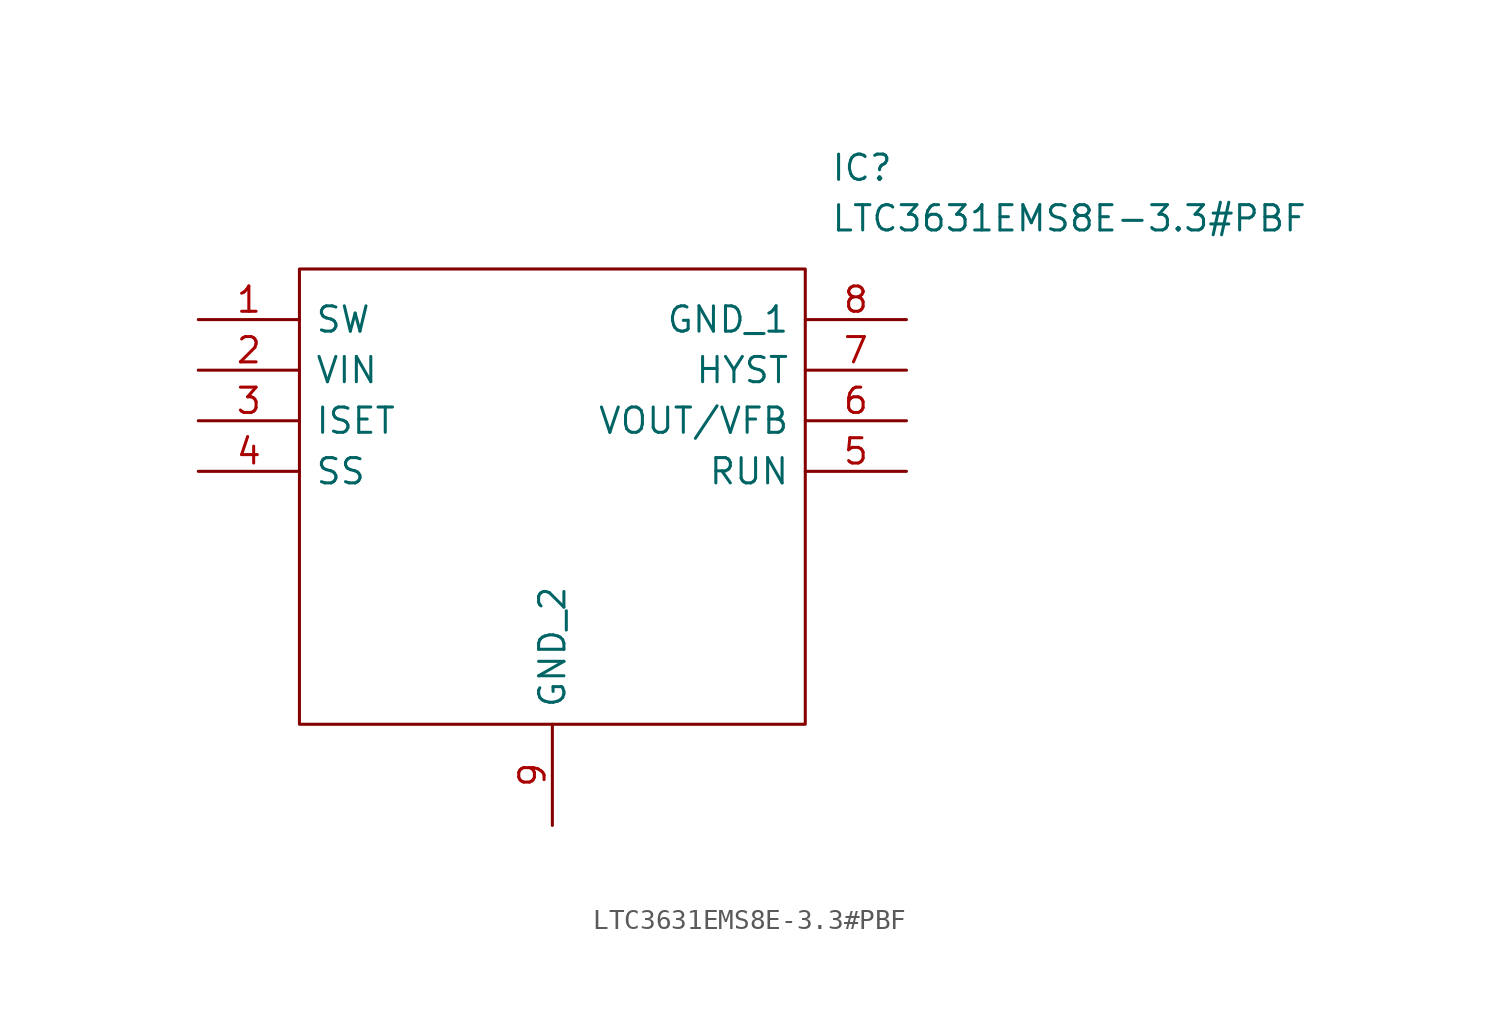
<source format=kicad_sym>
(kicad_symbol_lib
  (version 20220914)
  (generator kicad_symbol_editor)
  (symbol "LTC3631EMS8E-3.3#PBF"
    (pin_names
      (offset 0.762))
    (property "Reference" "IC"
      (at 31.75 7.62 0)
      (effects (font (size 1.27 1.27)) (justify left)))
    (property "Value" "LTC3631EMS8E-3.3#PBF"
      (at 31.75 5.08 0)
      (effects (font (size 1.27 1.27)) (justify left)))
    (symbol "LTC3631EMS8E-3.3#PBF_0_0"
      (pin passive line (at 0 0 0) (length 5.08) (name "SW" (effects (font (size 1.27 1.27)))) (number "1" (effects (font (size 1.27 1.27)))))
      (pin passive line (at 0 -2.54 0) (length 5.08) (name "VIN" (effects (font (size 1.27 1.27)))) (number "2" (effects (font (size 1.27 1.27)))))
      (pin passive line (at 0 -5.08 0) (length 5.08) (name "ISET" (effects (font (size 1.27 1.27)))) (number "3" (effects (font (size 1.27 1.27)))))
      (pin passive line (at 0 -7.62 0) (length 5.08) (name "SS" (effects (font (size 1.27 1.27)))) (number "4" (effects (font (size 1.27 1.27)))))
      (pin passive line (at 35.56 -7.62 180) (length 5.08) (name "RUN" (effects (font (size 1.27 1.27)))) (number "5" (effects (font (size 1.27 1.27)))))
      (pin passive line (at 35.56 -5.08 180) (length 5.08) (name "VOUT/VFB" (effects (font (size 1.27 1.27)))) (number "6" (effects (font (size 1.27 1.27)))))
      (pin passive line (at 35.56 -2.54 180) (length 5.08) (name "HYST" (effects (font (size 1.27 1.27)))) (number "7" (effects (font (size 1.27 1.27)))))
      (pin passive line (at 35.56 0 180) (length 5.08) (name "GND_1" (effects (font (size 1.27 1.27)))) (number "8" (effects (font (size 1.27 1.27)))))
      (pin passive line (at 17.78 -25.4 90) (length 5.08) (name "GND_2" (effects (font (size 1.27 1.27)))) (number "9" (effects (font (size 1.27 1.27))))))
    (symbol "LTC3631EMS8E-3.3#PBF_0_1"
      (polyline (pts (xy 5.08 2.54) (xy 30.48 2.54) (xy 30.48 -20.32) (xy 5.08 -20.32) (xy 5.08 2.54)) (stroke (width 0.152) (type solid)) (fill (type none))))))
</source>
